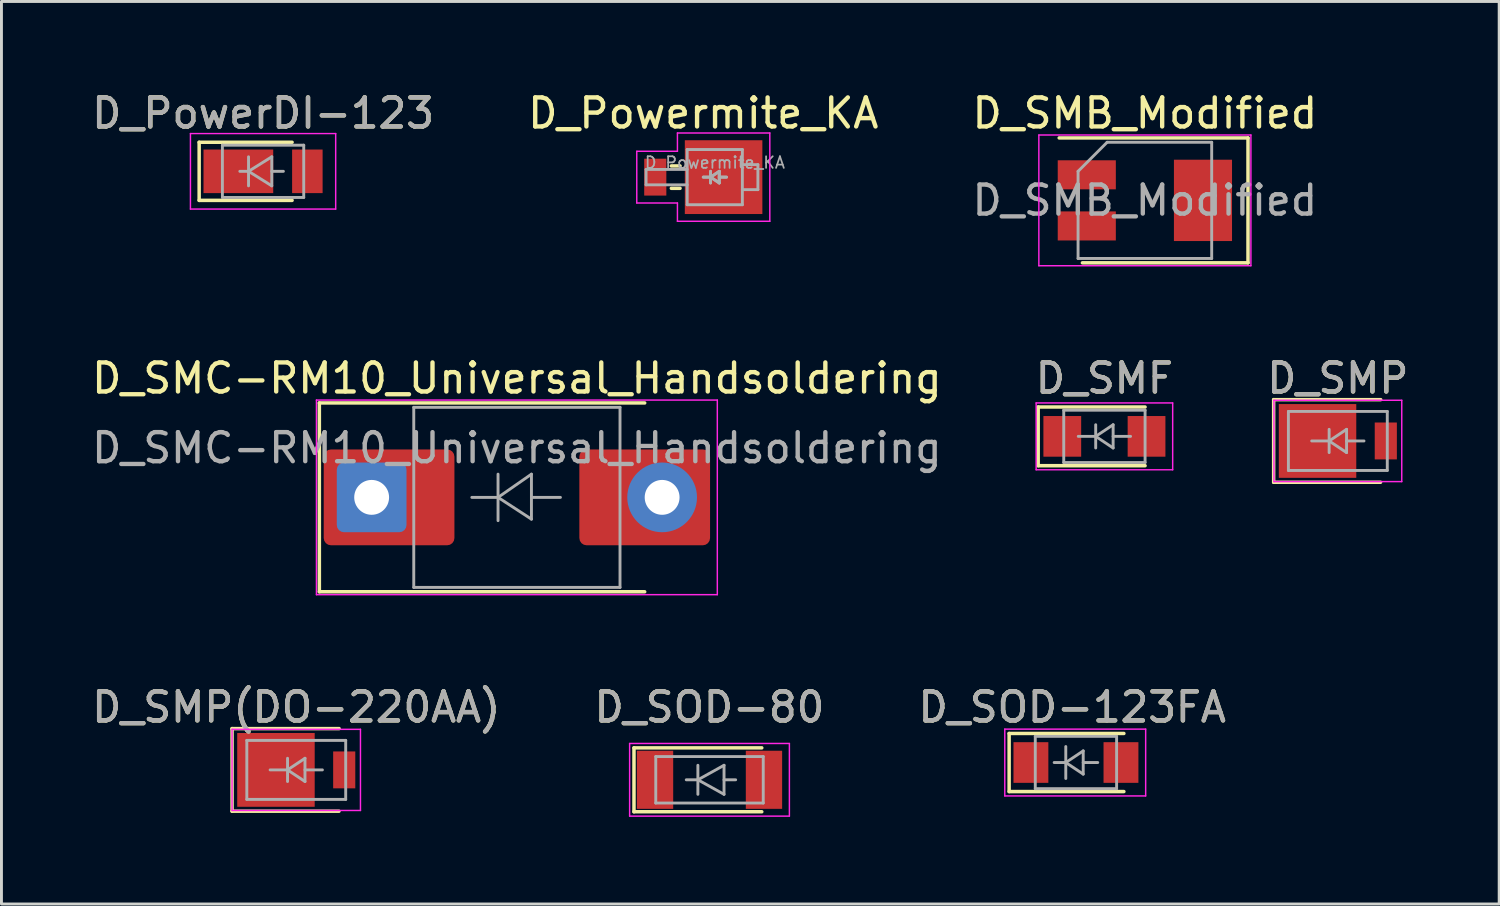
<source format=kicad_pcb>
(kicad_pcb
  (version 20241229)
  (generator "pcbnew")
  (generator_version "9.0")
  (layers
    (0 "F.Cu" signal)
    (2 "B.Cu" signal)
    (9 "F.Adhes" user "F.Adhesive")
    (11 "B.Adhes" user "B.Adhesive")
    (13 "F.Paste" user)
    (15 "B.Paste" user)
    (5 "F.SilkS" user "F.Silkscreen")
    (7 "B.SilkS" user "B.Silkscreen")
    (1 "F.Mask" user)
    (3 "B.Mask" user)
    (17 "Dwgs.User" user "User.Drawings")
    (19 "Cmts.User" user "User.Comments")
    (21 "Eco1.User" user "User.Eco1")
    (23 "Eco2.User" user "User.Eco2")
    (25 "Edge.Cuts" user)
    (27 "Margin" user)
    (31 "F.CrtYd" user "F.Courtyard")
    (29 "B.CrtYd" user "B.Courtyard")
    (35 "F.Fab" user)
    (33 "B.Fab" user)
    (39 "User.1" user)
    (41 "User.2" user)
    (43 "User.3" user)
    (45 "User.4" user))
  (footprint "D_SMB_Modified"
    (layer "F.Cu")
    (at 36.363 3.848)
    (property "Reference" "D_SMB_Modified" (at 0 -3 0) (layer "F.SilkS") (effects (font (size 1 1) (thickness 0.15))))
    (attr smd)
    (fp_line (start 3.55 -2.15) (end -2.95 -2.15) (stroke (width 0.12) (type solid)) (layer "F.SilkS"))
    (fp_line (start 3.55 -2.15) (end 3.55 2.15) (stroke (width 0.12) (type solid)) (layer "F.SilkS"))
    (fp_line (start 3.55 2.15) (end -2.15 2.15) (stroke (width 0.12) (type solid)) (layer "F.SilkS"))
    (fp_line (start -3.65 -2.25) (end 3.65 -2.25) (stroke (width 0.05) (type solid)) (layer "F.CrtYd"))
    (fp_line (start -3.65 2.25) (end -3.65 -2.25) (stroke (width 0.05) (type solid)) (layer "F.CrtYd"))
    (fp_line (start 3.65 -2.25) (end 3.65 2.25) (stroke (width 0.05) (type solid)) (layer "F.CrtYd"))
    (fp_line (start 3.65 2.25) (end -3.65 2.25) (stroke (width 0.05) (type solid)) (layer "F.CrtYd"))
    (fp_line (start -2.3 2) (end -2.3 -1) (stroke (width 0.1) (type solid)) (layer "F.Fab"))
    (fp_line (start -1.3 -2) (end -2.3 -1) (stroke (width 0.1) (type solid)) (layer "F.Fab"))
    (fp_line (start 2.3 -2) (end -1.3 -2) (stroke (width 0.1) (type solid)) (layer "F.Fab"))
    (fp_line (start 2.3 -2) (end 2.3 2) (stroke (width 0.1) (type solid)) (layer "F.Fab"))
    (fp_line (start 2.3 2) (end -2.3 2) (stroke (width 0.1) (type solid)) (layer "F.Fab"))
    (fp_text user "${REFERENCE}" (at 0 0 0) (layer "F.Fab") (effects (font (size 1 1) (thickness 0.15))))
    (pad "1" smd rect (at -2 -0.88) (size 2 1) (layers "F.Cu" "F.Mask" "F.Paste"))
    (pad "2" smd rect (at 2 0) (size 2 2.8) (layers "F.Cu" "F.Mask" "F.Paste"))
    (pad "3" smd rect (at -2 0.88) (size 2 1) (layers "F.Cu" "F.Mask" "F.Paste")))
  (footprint "D_PowerDI-123"
    (layer "F.Cu")
    (at 6.006 2.848)
    (property "Reference" "D_PowerDI-123" (at 0 -2 0) (layer "F.SilkS") (effects (font (size 1 1) (thickness 0.15))))
    (attr smd)
    (fp_line (start -2.2 1) (end -2.2 -1) (stroke (width 0.12) (type solid)) (layer "F.SilkS"))
    (fp_line (start -2.2 1) (end 1 1) (stroke (width 0.12) (type solid)) (layer "F.SilkS"))
    (fp_line (start 1 -1) (end -2.2 -1) (stroke (width 0.12) (type solid)) (layer "F.SilkS"))
    (fp_line (start -2.5 -1.3) (end 2.5 -1.3) (stroke (width 0.05) (type solid)) (layer "F.CrtYd"))
    (fp_line (start -2.5 1.3) (end -2.5 -1.3) (stroke (width 0.05) (type solid)) (layer "F.CrtYd"))
    (fp_line (start 2.5 -1.3) (end 2.5 1.3) (stroke (width 0.05) (type solid)) (layer "F.CrtYd"))
    (fp_line (start 2.5 1.3) (end -2.5 1.3) (stroke (width 0.05) (type solid)) (layer "F.CrtYd"))
    (fp_line (start -1.4 -0.9) (end 1.4 -0.9) (stroke (width 0.1) (type solid)) (layer "F.Fab"))
    (fp_line (start -1.4 0.9) (end -1.4 -0.9) (stroke (width 0.1) (type solid)) (layer "F.Fab"))
    (fp_line (start -0.8 0) (end -0.5 0) (stroke (width 0.1) (type solid)) (layer "F.Fab"))
    (fp_line (start -0.5 0) (end -0.5 -0.5) (stroke (width 0.1) (type solid)) (layer "F.Fab"))
    (fp_line (start -0.5 0) (end -0.5 0.5) (stroke (width 0.1) (type solid)) (layer "F.Fab"))
    (fp_line (start -0.5 0) (end 0.3 0.5) (stroke (width 0.1) (type solid)) (layer "F.Fab"))
    (fp_line (start 0.3 -0.5) (end -0.5 0) (stroke (width 0.1) (type solid)) (layer "F.Fab"))
    (fp_line (start 0.3 0) (end 0.7 0) (stroke (width 0.1) (type solid)) (layer "F.Fab"))
    (fp_line (start 0.3 0.5) (end 0.3 -0.5) (stroke (width 0.1) (type solid)) (layer "F.Fab"))
    (fp_line (start 1.4 -0.9) (end 1.4 0.9) (stroke (width 0.1) (type solid)) (layer "F.Fab"))
    (fp_line (start 1.4 0.9) (end -1.4 0.9) (stroke (width 0.1) (type solid)) (layer "F.Fab"))
    (fp_text user "${REFERENCE}" (at 0 -2 0) (layer "F.Fab") (effects (font (size 1 1) (thickness 0.15))))
    (pad "1" smd rect (at -0.85 0 180) (size 2.4 1.5) (layers "F.Cu" "F.Mask" "F.Paste"))
    (pad "2" smd rect (at 1.525 0 180) (size 1.05 1.5) (layers "F.Cu" "F.Mask" "F.Paste")))
  (footprint "D_SMP"
    (layer "F.Cu")
    (at 43.006 12.13)
    (property "Reference" "D_SMP" (at 0 -2.159 0) (layer "F.SilkS") (effects (font (size 1 1) (thickness 0.15))))
    (attr smd)
    (fp_line (start -2.21 -1.422) (end -2.21 1.422) (stroke (width 0.12) (type solid)) (layer "F.SilkS"))
    (fp_line (start -2.21 -1.422) (end 1.476 -1.422) (stroke (width 0.12) (type solid)) (layer "F.SilkS"))
    (fp_line (start -2.21 1.422) (end 1.47 1.422) (stroke (width 0.12) (type solid)) (layer "F.SilkS"))
    (fp_line (start -2.2 -1.4) (end 2.2 -1.4) (stroke (width 0.05) (type solid)) (layer "F.CrtYd"))
    (fp_line (start -2.2 1.4) (end -2.2 -1.4) (stroke (width 0.05) (type solid)) (layer "F.CrtYd"))
    (fp_line (start 2.2 -1.4) (end 2.2 1.4) (stroke (width 0.05) (type solid)) (layer "F.CrtYd"))
    (fp_line (start 2.2 1.4) (end -2.2 1.4) (stroke (width 0.05) (type solid)) (layer "F.CrtYd"))
    (fp_line (start -1.702 1.016) (end -1.702 -1.016) (stroke (width 0.1) (type solid)) (layer "F.Fab"))
    (fp_line (start -0.3 -0.4) (end -0.3 0.4) (stroke (width 0.1) (type solid)) (layer "F.Fab"))
    (fp_line (start -0.3 0) (end -0.9 0) (stroke (width 0.1) (type solid)) (layer "F.Fab"))
    (fp_line (start -0.3 0) (end 0.3 -0.4) (stroke (width 0.1) (type solid)) (layer "F.Fab"))
    (fp_line (start -0.3 0.001) (end 0.3 0.4) (stroke (width 0.1) (type solid)) (layer "F.Fab"))
    (fp_line (start 0.3 0) (end 0.9 0) (stroke (width 0.1) (type solid)) (layer "F.Fab"))
    (fp_line (start 0.3 0.4) (end 0.3 -0.4) (stroke (width 0.1) (type solid)) (layer "F.Fab"))
    (fp_line (start 1.702 -1.016) (end -1.702 -1.016) (stroke (width 0.1) (type solid)) (layer "F.Fab"))
    (fp_line (start 1.702 -1.016) (end 1.702 1.016) (stroke (width 0.1) (type solid)) (layer "F.Fab"))
    (fp_line (start 1.702 1.016) (end -1.702 1.016) (stroke (width 0.1) (type solid)) (layer "F.Fab"))
    (fp_text user "${REFERENCE}" (at 0 -2.159 0) (layer "F.Fab") (effects (font (size 1 1) (thickness 0.15))))
    (pad "1" smd rect (at -0.699 0) (size 2.667 2.54) (layers "F.Cu" "F.Mask" "F.Paste"))
    (pad "2" smd rect (at 1.651 0) (size 0.762 1.27) (layers "F.Cu" "F.Mask" "F.Paste")))
  (footprint "D_SOD-80"
    (layer "F.Cu")
    (at 21.375 23.795)
    (property "Reference" "D_SOD-80" (at 0 -2.5 0) (layer "F.SilkS") (effects (font (size 1 1) (thickness 0.15))))
    (attr smd)
    (fp_line (start -2.6 -1.1) (end -2.6 1.1) (stroke (width 0.12) (type solid)) (layer "F.SilkS"))
    (fp_line (start -2.6 1.1) (end 1.8 1.1) (stroke (width 0.12) (type solid)) (layer "F.SilkS"))
    (fp_line (start 1.8 -1.1) (end -2.6 -1.1) (stroke (width 0.12) (type solid)) (layer "F.SilkS"))
    (fp_line (start -2.75 -1.25) (end 2.75 -1.25) (stroke (width 0.05) (type solid)) (layer "F.CrtYd"))
    (fp_line (start -2.75 1.25) (end -2.75 -1.25) (stroke (width 0.05) (type solid)) (layer "F.CrtYd"))
    (fp_line (start 2.75 -1.25) (end 2.75 1.25) (stroke (width 0.05) (type solid)) (layer "F.CrtYd"))
    (fp_line (start 2.75 1.25) (end -2.75 1.25) (stroke (width 0.05) (type solid)) (layer "F.CrtYd"))
    (fp_line (start -1.85 -0.8) (end -1.85 0.8) (stroke (width 0.1) (type solid)) (layer "F.Fab"))
    (fp_line (start -1.85 -0.8) (end 1.85 -0.8) (stroke (width 0.1) (type solid)) (layer "F.Fab"))
    (fp_line (start -1.85 0.8) (end 1.85 0.8) (stroke (width 0.1) (type solid)) (layer "F.Fab"))
    (fp_line (start -0.4 -0.5) (end -0.4 0.5) (stroke (width 0.1) (type solid)) (layer "F.Fab"))
    (fp_line (start -0.4 0) (end -0.8 0) (stroke (width 0.1) (type solid)) (layer "F.Fab"))
    (fp_line (start -0.4 0) (end 0.5 -0.5) (stroke (width 0.1) (type solid)) (layer "F.Fab"))
    (fp_line (start 0.5 -0.5) (end 0.5 0.5) (stroke (width 0.1) (type solid)) (layer "F.Fab"))
    (fp_line (start 0.5 0) (end 0.9 0) (stroke (width 0.1) (type solid)) (layer "F.Fab"))
    (fp_line (start 0.5 0.5) (end -0.4 0) (stroke (width 0.1) (type solid)) (layer "F.Fab"))
    (fp_line (start 1.85 -0.8) (end 1.85 0.8) (stroke (width 0.1) (type solid)) (layer "F.Fab"))
    (fp_text user "${REFERENCE}" (at 0 -2.5 0) (layer "F.Fab") (effects (font (size 1 1) (thickness 0.15))))
    (pad "1" smd rect (at -1.875 0) (size 1.25 2) (layers "F.Cu" "F.Mask" "F.Paste"))
    (pad "2" smd rect (at 1.875 0) (size 1.25 2) (layers "F.Cu" "F.Mask" "F.Paste")))
  (footprint "D_Powermite_KA"
    (layer "F.Cu")
    (at 21.161 3.048)
    (property "Reference" "D_Powermite_KA" (at 0 -2.2 0) (layer "F.SilkS") (effects (font (size 1 1) (thickness 0.15))))
    (attr smd)
    (fp_line (start -1.1 -0.385) (end -0.8 -0.385) (stroke (width 0.12) (type solid)) (layer "F.SilkS"))
    (fp_line (start -1.1 0.385) (end -0.8 0.385) (stroke (width 0.12) (type solid)) (layer "F.SilkS"))
    (fp_line (start -2.29 -0.89) (end -2.29 0.89) (stroke (width 0.05) (type solid)) (layer "F.CrtYd"))
    (fp_line (start -2.29 0.89) (end -0.89 0.89) (stroke (width 0.05) (type solid)) (layer "F.CrtYd"))
    (fp_line (start -0.89 -1.52) (end -0.89 -0.89) (stroke (width 0.05) (type solid)) (layer "F.CrtYd"))
    (fp_line (start -0.89 -0.89) (end -2.29 -0.89) (stroke (width 0.05) (type solid)) (layer "F.CrtYd"))
    (fp_line (start -0.89 0.89) (end -0.89 1.52) (stroke (width 0.05) (type solid)) (layer "F.CrtYd"))
    (fp_line (start -0.89 1.52) (end 2.29 1.52) (stroke (width 0.05) (type solid)) (layer "F.CrtYd"))
    (fp_line (start 2.29 -1.52) (end -0.89 -1.52) (stroke (width 0.05) (type solid)) (layer "F.CrtYd"))
    (fp_line (start 2.29 1.52) (end 2.29 -1.52) (stroke (width 0.05) (type solid)) (layer "F.CrtYd"))
    (fp_line (start -1.97 -0.265) (end -1.97 0.265) (stroke (width 0.1) (type solid)) (layer "F.Fab"))
    (fp_line (start -1.97 -0.265) (end -0.555 -0.265) (stroke (width 0.1) (type solid)) (layer "F.Fab"))
    (fp_line (start -1.97 0.265) (end -0.555 0.265) (stroke (width 0.1) (type solid)) (layer "F.Fab"))
    (fp_line (start -0.555 -0.95) (end -0.555 0.95) (stroke (width 0.1) (type solid)) (layer "F.Fab"))
    (fp_line (start -0.555 0.95) (end 1.345 0.95) (stroke (width 0.1) (type solid)) (layer "F.Fab"))
    (fp_line (start 0.25 0) (end 0 0) (stroke (width 0.1) (type solid)) (layer "F.Fab"))
    (fp_line (start 0.25 0) (end 0 0) (stroke (width 0.1) (type solid)) (layer "F.Fab"))
    (fp_line (start 0.25 0) (end 0.55 0.2) (stroke (width 0.1) (type solid)) (layer "F.Fab"))
    (fp_line (start 0.25 0) (end 0.55 0.2) (stroke (width 0.1) (type solid)) (layer "F.Fab"))
    (fp_line (start 0.25 0.2) (end 0.25 -0.2) (stroke (width 0.1) (type solid)) (layer "F.Fab"))
    (fp_line (start 0.25 0.2) (end 0.25 -0.2) (stroke (width 0.1) (type solid)) (layer "F.Fab"))
    (fp_line (start 0.55 -0.2) (end 0.25 0) (stroke (width 0.1) (type solid)) (layer "F.Fab"))
    (fp_line (start 0.55 -0.2) (end 0.25 0) (stroke (width 0.1) (type solid)) (layer "F.Fab"))
    (fp_line (start 0.55 0) (end 0.8 0) (stroke (width 0.1) (type solid)) (layer "F.Fab"))
    (fp_line (start 0.55 0) (end 0.8 0) (stroke (width 0.1) (type solid)) (layer "F.Fab"))
    (fp_line (start 0.55 0.2) (end 0.55 -0.2) (stroke (width 0.1) (type solid)) (layer "F.Fab"))
    (fp_line (start 0.55 0.2) (end 0.55 -0.2) (stroke (width 0.1) (type solid)) (layer "F.Fab"))
    (fp_line (start 1.345 -0.95) (end -0.555 -0.95) (stroke (width 0.1) (type solid)) (layer "F.Fab"))
    (fp_line (start 1.345 -0.43) (end 1.88 -0.43) (stroke (width 0.1) (type solid)) (layer "F.Fab"))
    (fp_line (start 1.345 0.95) (end 1.345 -0.95) (stroke (width 0.1) (type solid)) (layer "F.Fab"))
    (fp_line (start 1.88 -0.43) (end 1.88 0.43) (stroke (width 0.1) (type solid)) (layer "F.Fab"))
    (fp_line (start 1.88 0.43) (end 1.345 0.43) (stroke (width 0.1) (type solid)) (layer "F.Fab"))
    (fp_text user "${REFERENCE}" (at 0.4 -0.5 0) (layer "F.Fab") (effects (font (size 0.4 0.4) (thickness 0.06))))
    (pad "1" smd rect (at -1.653 0) (size 0.762 1.27) (layers "F.Cu" "F.Mask" "F.Paste"))
    (pad "2" smd rect (at 0.699 0) (size 2.67 2.54) (layers "F.Cu" "F.Mask" "F.Paste")))
  (footprint "D_SOD-123FA"
    (layer "F.Cu")
    (at 33.99 23.2)
    (property "Reference" "D_SOD-123FA" (at -0.127 -1.905 0) (layer "F.SilkS") (effects (font (size 1 1) (thickness 0.15))))
    (attr smd)
    (fp_line (start -2.3 -1) (end -2.3 1) (stroke (width 0.12) (type solid)) (layer "F.SilkS"))
    (fp_line (start -2.3 -1) (end 1.65 -1) (stroke (width 0.12) (type solid)) (layer "F.SilkS"))
    (fp_line (start -2.3 1) (end 1.65 1) (stroke (width 0.12) (type solid)) (layer "F.SilkS"))
    (fp_line (start -2.45 -1.15) (end -2.45 1.15) (stroke (width 0.05) (type solid)) (layer "F.CrtYd"))
    (fp_line (start -2.45 -1.15) (end 2.4 -1.15) (stroke (width 0.05) (type solid)) (layer "F.CrtYd"))
    (fp_line (start 2.4 -1.15) (end 2.4 1.15) (stroke (width 0.05) (type solid)) (layer "F.CrtYd"))
    (fp_line (start 2.4 1.15) (end -2.45 1.15) (stroke (width 0.05) (type solid)) (layer "F.CrtYd"))
    (fp_line (start -1.4 -0.9) (end 1.4 -0.9) (stroke (width 0.1) (type solid)) (layer "F.Fab"))
    (fp_line (start -1.4 0.9) (end -1.4 -0.9) (stroke (width 0.1) (type solid)) (layer "F.Fab"))
    (fp_line (start -0.75 0) (end -0.35 0) (stroke (width 0.1) (type solid)) (layer "F.Fab"))
    (fp_line (start -0.35 0) (end -0.35 -0.55) (stroke (width 0.1) (type solid)) (layer "F.Fab"))
    (fp_line (start -0.35 0) (end -0.35 0.55) (stroke (width 0.1) (type solid)) (layer "F.Fab"))
    (fp_line (start -0.35 0) (end 0.25 -0.4) (stroke (width 0.1) (type solid)) (layer "F.Fab"))
    (fp_line (start 0.25 -0.4) (end 0.25 0.4) (stroke (width 0.1) (type solid)) (layer "F.Fab"))
    (fp_line (start 0.25 0) (end 0.75 0) (stroke (width 0.1) (type solid)) (layer "F.Fab"))
    (fp_line (start 0.25 0.4) (end -0.35 0) (stroke (width 0.1) (type solid)) (layer "F.Fab"))
    (fp_line (start 1.4 -0.9) (end 1.4 0.9) (stroke (width 0.1) (type solid)) (layer "F.Fab"))
    (fp_line (start 1.4 0.9) (end -1.4 0.9) (stroke (width 0.1) (type solid)) (layer "F.Fab"))
    (fp_text user "${REFERENCE}" (at -0.127 -1.905 0) (layer "F.Fab") (effects (font (size 1 1) (thickness 0.15))))
    (pad "1" smd rect (at -1.55 0) (size 1.2 1.4) (layers "F.Cu" "F.Mask" "F.Paste"))
    (pad "2" smd rect (at 1.55 0) (size 1.2 1.4) (layers "F.Cu" "F.Mask" "F.Paste")))
  (footprint "D_SMC-RM10_Universal_Handsoldering"
    (layer "F.Cu")
    (at 14.744 14.072)
    (property "Reference" "D_SMC-RM10_Universal_Handsoldering" (at 0 -4.1 0) (layer "F.SilkS") (effects (font (size 1 1) (thickness 0.15))))
    (attr smd)
    (fp_line (start -6.8 -3.25) (end 4.4 -3.25) (stroke (width 0.12) (type solid)) (layer "F.SilkS"))
    (fp_line (start -6.8 3.25) (end -6.8 -3.25) (stroke (width 0.12) (type solid)) (layer "F.SilkS"))
    (fp_line (start -6.8 3.25) (end 4.4 3.25) (stroke (width 0.12) (type solid)) (layer "F.SilkS"))
    (fp_line (start -6.9 -3.35) (end 6.9 -3.35) (stroke (width 0.05) (type solid)) (layer "F.CrtYd"))
    (fp_line (start -6.9 3.35) (end -6.9 -3.35) (stroke (width 0.05) (type solid)) (layer "F.CrtYd"))
    (fp_line (start 6.9 -3.35) (end 6.9 3.35) (stroke (width 0.05) (type solid)) (layer "F.CrtYd"))
    (fp_line (start 6.9 3.35) (end -6.9 3.35) (stroke (width 0.05) (type solid)) (layer "F.CrtYd"))
    (fp_line (start -3.55 3.1) (end -3.55 -3.1) (stroke (width 0.1) (type solid)) (layer "F.Fab"))
    (fp_line (start -0.649 -0.799) (end -0.649 0.801) (stroke (width 0.1) (type solid)) (layer "F.Fab"))
    (fp_line (start -0.649 0.001) (end -1.551 0.001) (stroke (width 0.1) (type solid)) (layer "F.Fab"))
    (fp_line (start -0.649 0.001) (end 0.501 -0.799) (stroke (width 0.1) (type solid)) (layer "F.Fab"))
    (fp_line (start -0.649 0.001) (end 0.501 0.75) (stroke (width 0.1) (type solid)) (layer "F.Fab"))
    (fp_line (start 0.501 0.001) (end 1.499 0.001) (stroke (width 0.1) (type solid)) (layer "F.Fab"))
    (fp_line (start 0.501 0.75) (end 0.501 -0.799) (stroke (width 0.1) (type solid)) (layer "F.Fab"))
    (fp_line (start 3.55 -3.1) (end -3.55 -3.1) (stroke (width 0.1) (type solid)) (layer "F.Fab"))
    (fp_line (start 3.55 -3.1) (end 3.55 3.1) (stroke (width 0.1) (type solid)) (layer "F.Fab"))
    (fp_line (start 3.55 3.1) (end -3.55 3.1) (stroke (width 0.1) (type solid)) (layer "F.Fab"))
    (fp_text user "${REFERENCE}" (at 0 -1.7 0) (layer "F.Fab") (effects (font (size 1 1) (thickness 0.15))))
    (pad "1" thru_hole roundrect (at -5 0) (size 2.4 2.4) (drill 1.2) (layers "*.Cu" "*.Mask") (roundrect_rratio 0.104))
    (pad "1" smd roundrect (at -4.4 0) (size 4.5 3.3) (layers "F.Cu" "F.Mask") (roundrect_rratio 0.076))
    (pad "2" smd roundrect (at 4.4 0 180) (size 4.5 3.3) (layers "F.Cu" "F.Mask") (roundrect_rratio 0.076))
    (pad "2" thru_hole circle (at 5 0 180) (size 2.4 2.4) (drill 1.2) (layers "*.Cu" "*.Mask")))
  (footprint "D_SMF"
    (layer "F.Cu")
    (at 34.97 11.972)
    (property "Reference" "D_SMF" (at 0 -2 0) (layer "F.SilkS") (effects (font (size 1 1) (thickness 0.15))))
    (attr smd)
    (fp_line (start -2.28 -1.01) (end -2.28 1.01) (stroke (width 0.12) (type solid)) (layer "F.SilkS"))
    (fp_line (start -2.28 -1.01) (end 1.4 -1.01) (stroke (width 0.12) (type solid)) (layer "F.SilkS"))
    (fp_line (start -2.28 1.01) (end 1.4 1.01) (stroke (width 0.12) (type solid)) (layer "F.SilkS"))
    (fp_line (start -2.35 -1.15) (end 2.35 -1.15) (stroke (width 0.05) (type solid)) (layer "F.CrtYd"))
    (fp_line (start -2.35 1.15) (end -2.35 -1.15) (stroke (width 0.05) (type solid)) (layer "F.CrtYd"))
    (fp_line (start 2.35 -1.15) (end 2.35 1.15) (stroke (width 0.05) (type solid)) (layer "F.CrtYd"))
    (fp_line (start 2.35 1.15) (end -2.35 1.15) (stroke (width 0.05) (type solid)) (layer "F.CrtYd"))
    (fp_line (start -1.4 0.9) (end -1.4 -0.9) (stroke (width 0.1) (type solid)) (layer "F.Fab"))
    (fp_line (start -0.3 -0.4) (end -0.3 0.4) (stroke (width 0.1) (type solid)) (layer "F.Fab"))
    (fp_line (start -0.3 0) (end -0.9 0) (stroke (width 0.1) (type solid)) (layer "F.Fab"))
    (fp_line (start -0.3 0) (end 0.3 -0.4) (stroke (width 0.1) (type solid)) (layer "F.Fab"))
    (fp_line (start -0.3 0.001) (end 0.3 0.4) (stroke (width 0.1) (type solid)) (layer "F.Fab"))
    (fp_line (start 0.3 0) (end 0.9 0) (stroke (width 0.1) (type solid)) (layer "F.Fab"))
    (fp_line (start 0.3 0.4) (end 0.3 -0.4) (stroke (width 0.1) (type solid)) (layer "F.Fab"))
    (fp_line (start 1.4 -0.9) (end -1.4 -0.9) (stroke (width 0.1) (type solid)) (layer "F.Fab"))
    (fp_line (start 1.4 -0.9) (end 1.4 0.9) (stroke (width 0.1) (type solid)) (layer "F.Fab"))
    (fp_line (start 1.4 0.9) (end -1.4 0.9) (stroke (width 0.1) (type solid)) (layer "F.Fab"))
    (fp_text user "${REFERENCE}" (at 0 -2 0) (layer "F.Fab") (effects (font (size 1 1) (thickness 0.15))))
    (pad "1" smd rect (at -1.45 0) (size 1.3 1.4) (layers "F.Cu" "F.Mask" "F.Paste"))
    (pad "2" smd rect (at 1.45 0) (size 1.3 1.4) (layers "F.Cu" "F.Mask" "F.Paste")))
  (footprint "D_SMP(DO-220AA)"
    (layer "F.Cu")
    (at 7.149 23.454)
    (property "Reference" "D_SMP(DO-220AA)" (at 0 -2.159 0) (layer "F.SilkS") (effects (font (size 1 1) (thickness 0.15))))
    (attr smd)
    (fp_line (start -2.21 -1.422) (end -2.21 1.422) (stroke (width 0.12) (type solid)) (layer "F.SilkS"))
    (fp_line (start -2.21 -1.422) (end 1.476 -1.422) (stroke (width 0.12) (type solid)) (layer "F.SilkS"))
    (fp_line (start -2.21 1.422) (end 1.47 1.422) (stroke (width 0.12) (type solid)) (layer "F.SilkS"))
    (fp_line (start -2.21 -1.397) (end 2.21 -1.397) (stroke (width 0.05) (type solid)) (layer "F.CrtYd"))
    (fp_line (start -2.21 1.397) (end -2.21 -1.397) (stroke (width 0.05) (type solid)) (layer "F.CrtYd"))
    (fp_line (start 2.21 -1.397) (end 2.21 1.397) (stroke (width 0.05) (type solid)) (layer "F.CrtYd"))
    (fp_line (start 2.21 1.397) (end -2.21 1.397) (stroke (width 0.05) (type solid)) (layer "F.CrtYd"))
    (fp_line (start -1.702 1.016) (end -1.702 -1.016) (stroke (width 0.1) (type solid)) (layer "F.Fab"))
    (fp_line (start -0.3 -0.4) (end -0.3 0.4) (stroke (width 0.1) (type solid)) (layer "F.Fab"))
    (fp_line (start -0.3 0) (end -0.9 0) (stroke (width 0.1) (type solid)) (layer "F.Fab"))
    (fp_line (start -0.3 0) (end 0.3 -0.4) (stroke (width 0.1) (type solid)) (layer "F.Fab"))
    (fp_line (start -0.3 0.001) (end 0.3 0.4) (stroke (width 0.1) (type solid)) (layer "F.Fab"))
    (fp_line (start 0.3 0) (end 0.9 0) (stroke (width 0.1) (type solid)) (layer "F.Fab"))
    (fp_line (start 0.3 0.4) (end 0.3 -0.4) (stroke (width 0.1) (type solid)) (layer "F.Fab"))
    (fp_line (start 1.702 -1.016) (end -1.702 -1.016) (stroke (width 0.1) (type solid)) (layer "F.Fab"))
    (fp_line (start 1.702 -1.016) (end 1.702 1.016) (stroke (width 0.1) (type solid)) (layer "F.Fab"))
    (fp_line (start 1.702 1.016) (end -1.702 1.016) (stroke (width 0.1) (type solid)) (layer "F.Fab"))
    (fp_text user "${REFERENCE}" (at 0 -2.159 0) (layer "F.Fab") (effects (font (size 1 1) (thickness 0.15))))
    (pad "1" smd rect (at -0.699 0) (size 2.667 2.54) (layers "F.Cu" "F.Mask" "F.Paste"))
    (pad "2" smd rect (at 1.651 0) (size 0.762 1.27) (layers "F.Cu" "F.Mask" "F.Paste")))
  (gr_rect
    (start -3 -3)
    (end 48.56 28.07)
    (stroke (width 0.1) (type default))
    (fill no)
    (layer "Edge.Cuts")))
</source>
